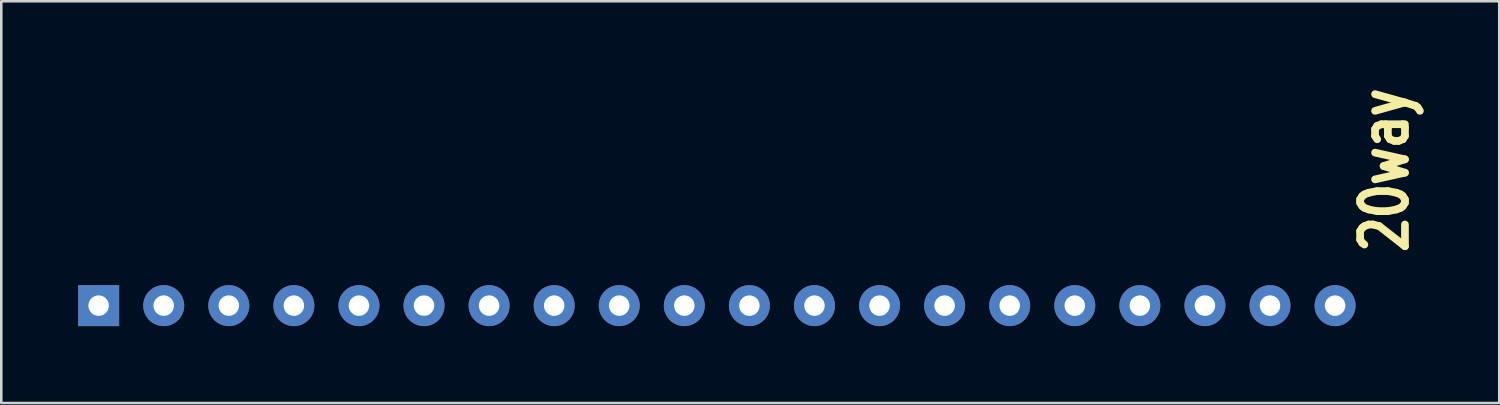
<source format=kicad_pcb>
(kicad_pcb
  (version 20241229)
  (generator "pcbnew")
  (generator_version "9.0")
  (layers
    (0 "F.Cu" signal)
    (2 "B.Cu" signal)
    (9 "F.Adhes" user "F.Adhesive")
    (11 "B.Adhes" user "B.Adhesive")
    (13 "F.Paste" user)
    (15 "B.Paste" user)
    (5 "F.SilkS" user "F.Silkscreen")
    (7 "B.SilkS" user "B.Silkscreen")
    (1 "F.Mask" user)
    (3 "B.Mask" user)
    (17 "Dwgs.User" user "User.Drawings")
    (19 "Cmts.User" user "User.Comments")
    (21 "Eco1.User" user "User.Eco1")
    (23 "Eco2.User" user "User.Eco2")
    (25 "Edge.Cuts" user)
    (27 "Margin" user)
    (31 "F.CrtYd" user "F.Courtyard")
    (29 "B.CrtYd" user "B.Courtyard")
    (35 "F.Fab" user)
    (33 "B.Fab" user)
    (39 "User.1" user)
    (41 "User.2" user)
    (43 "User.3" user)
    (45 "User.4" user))
  (footprint "20way"
    (layer "F.Cu")
    (at 24.93 8.879)
    (property "Reference" "20way" (at 27.087 -1.925 90) (layer "F.SilkS") (effects (font (size 1.75 1.37) (thickness 0.3)) (justify left bottom)))
    (attr through_hole)
    (pad "1" thru_hole rect (at -24.13 0 90) (size 1.6 1.6) (drill 0.8) (layers "*.Cu" "*.Mask"))
    (pad "2" thru_hole circle (at -21.59 0 90) (size 1.6 1.6) (drill 0.8) (layers "*.Cu" "*.Mask"))
    (pad "3" thru_hole circle (at -19.05 0 90) (size 1.6 1.6) (drill 0.8) (layers "*.Cu" "*.Mask"))
    (pad "4" thru_hole circle (at -16.51 0 90) (size 1.6 1.6) (drill 0.8) (layers "*.Cu" "*.Mask"))
    (pad "5" thru_hole circle (at -13.97 0 90) (size 1.6 1.6) (drill 0.8) (layers "*.Cu" "*.Mask"))
    (pad "6" thru_hole circle (at -11.43 0 90) (size 1.6 1.6) (drill 0.8) (layers "*.Cu" "*.Mask"))
    (pad "7" thru_hole circle (at -8.89 0 90) (size 1.6 1.6) (drill 0.8) (layers "*.Cu" "*.Mask"))
    (pad "8" thru_hole circle (at -6.35 0 90) (size 1.6 1.6) (drill 0.8) (layers "*.Cu" "*.Mask"))
    (pad "9" thru_hole circle (at -3.81 0 90) (size 1.6 1.6) (drill 0.8) (layers "*.Cu" "*.Mask"))
    (pad "10" thru_hole circle (at -1.27 0 90) (size 1.6 1.6) (drill 0.8) (layers "*.Cu" "*.Mask"))
    (pad "11" thru_hole circle (at 1.27 0 90) (size 1.6 1.6) (drill 0.8) (layers "*.Cu" "*.Mask"))
    (pad "12" thru_hole circle (at 3.81 0 90) (size 1.6 1.6) (drill 0.8) (layers "*.Cu" "*.Mask"))
    (pad "13" thru_hole circle (at 6.35 0 90) (size 1.6 1.6) (drill 0.8) (layers "*.Cu" "*.Mask"))
    (pad "14" thru_hole circle (at 8.89 0 90) (size 1.6 1.6) (drill 0.8) (layers "*.Cu" "*.Mask"))
    (pad "15" thru_hole circle (at 11.43 0 90) (size 1.6 1.6) (drill 0.8) (layers "*.Cu" "*.Mask"))
    (pad "16" thru_hole circle (at 13.97 0 90) (size 1.6 1.6) (drill 0.8) (layers "*.Cu" "*.Mask"))
    (pad "17" thru_hole circle (at 16.51 0 90) (size 1.6 1.6) (drill 0.8) (layers "*.Cu" "*.Mask"))
    (pad "18" thru_hole circle (at 19.05 0 90) (size 1.6 1.6) (drill 0.8) (layers "*.Cu" "*.Mask"))
    (pad "19" thru_hole circle (at 21.59 0 90) (size 1.6 1.6) (drill 0.8) (layers "*.Cu" "*.Mask"))
    (pad "20" thru_hole circle (at 24.13 0 90) (size 1.6 1.6) (drill 0.8) (layers "*.Cu" "*.Mask")))
  (gr_rect
    (start -3 -3)
    (end 55.467 12.679)
    (stroke (width 0.1) (type default))
    (fill no)
    (layer "Edge.Cuts")))
</source>
